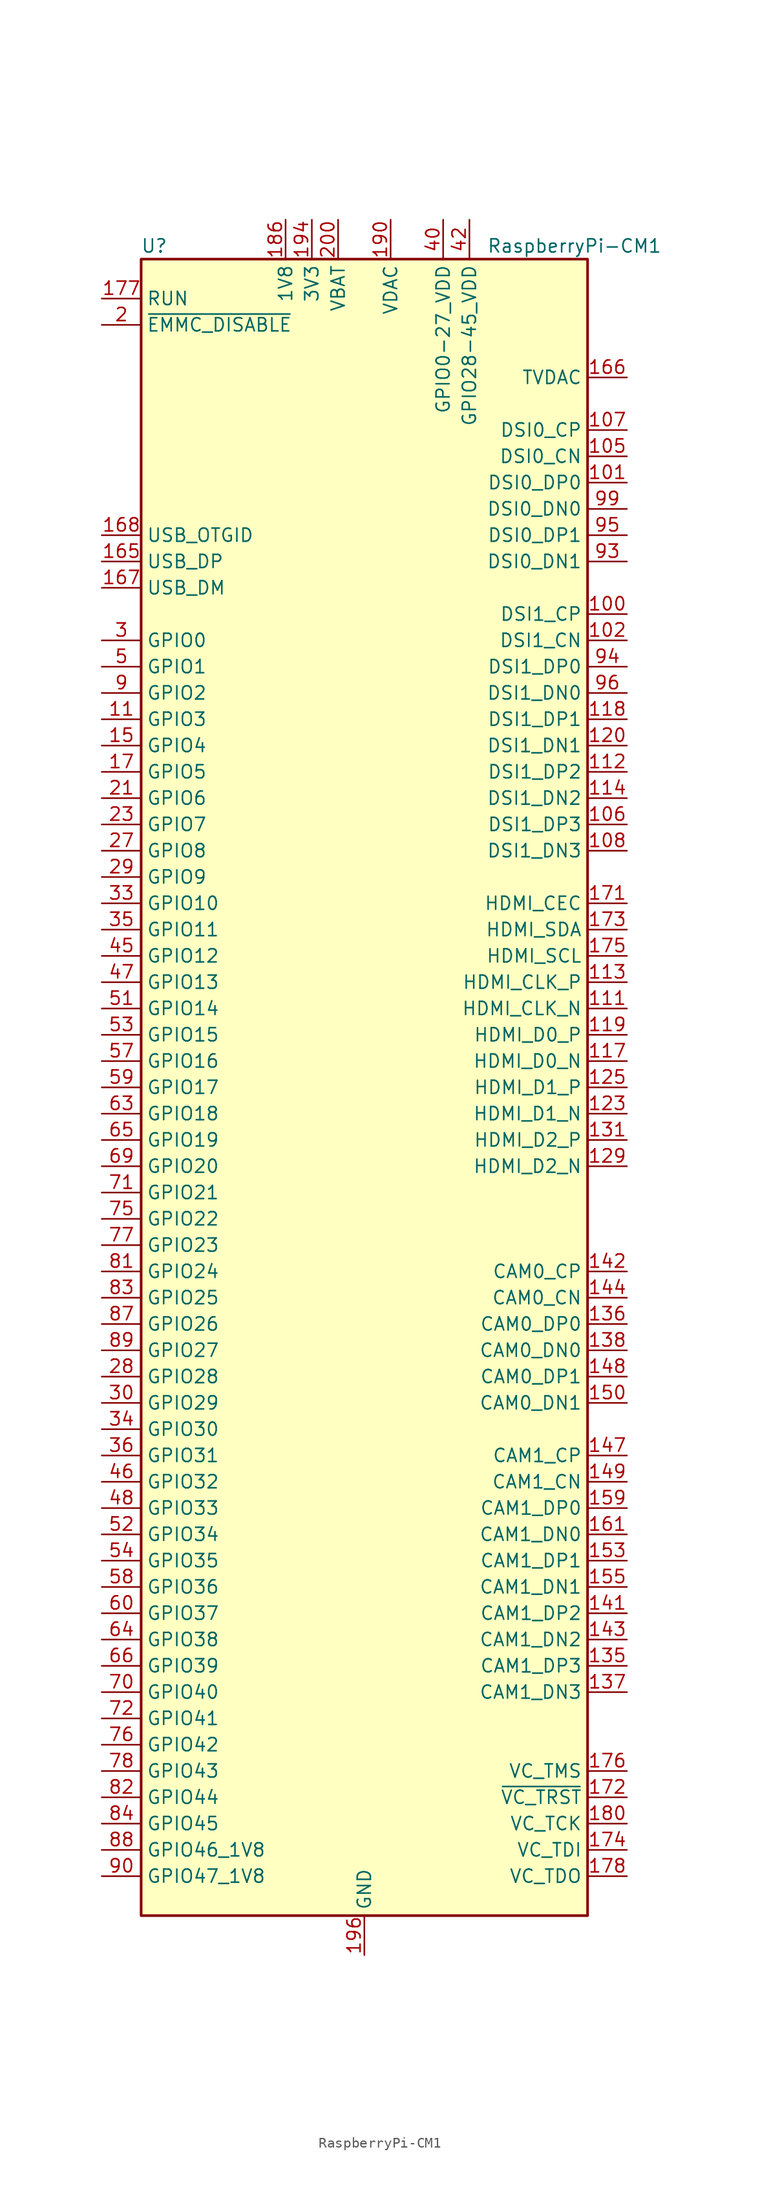
<source format=kicad_sym>
(kicad_symbol_lib
  (version 20201005)
  (generator kicad_symbol_editor)
  (symbol "RaspberryPi-CM1"
    (property "Reference" "U"
      (at -20.32 81.28 0)
      (effects (font (size 1.27 1.27))))
    (property "Value" "RaspberryPi-CM1"
      (at 20.32 81.28 0)
      (effects (font (size 1.27 1.27))))
    (symbol "RaspberryPi-CM1_0_1"
      (rectangle (start -21.59 80.01) (end 21.59 -80.01) (stroke (width 0.254)) (fill (type background))))
    (symbol "RaspberryPi-CM1_1_1"
      (pin passive line (at 0 -83.82 90) (length 3.81) hide (name "GND" (effects (font (size 1.27 1.27)))) (number "1" (effects (font (size 1.27 1.27)))))
      (pin no_connect line (at -20.32 71.12 0) (length 2.54) hide (name "NC" (effects (font (size 1.27 1.27)))) (number "10" (effects (font (size 1.27 1.27)))))
      (pin output line (at 25.4 45.72 180) (length 3.81) (name "DSI1_CP" (effects (font (size 1.27 1.27)))) (number "100" (effects (font (size 1.27 1.27)))))
      (pin output line (at 25.4 58.42 180) (length 3.81) (name "DSI0_DP0" (effects (font (size 1.27 1.27)))) (number "101" (effects (font (size 1.27 1.27)))))
      (pin output line (at 25.4 43.18 180) (length 3.81) (name "DSI1_CN" (effects (font (size 1.27 1.27)))) (number "102" (effects (font (size 1.27 1.27)))))
      (pin passive line (at 0 -83.82 90) (length 3.81) hide (name "GND" (effects (font (size 1.27 1.27)))) (number "103" (effects (font (size 1.27 1.27)))))
      (pin passive line (at 0 -83.82 90) (length 3.81) hide (name "GND" (effects (font (size 1.27 1.27)))) (number "104" (effects (font (size 1.27 1.27)))))
      (pin output line (at 25.4 60.96 180) (length 3.81) (name "DSI0_CN" (effects (font (size 1.27 1.27)))) (number "105" (effects (font (size 1.27 1.27)))))
      (pin output line (at 25.4 25.4 180) (length 3.81) (name "DSI1_DP3" (effects (font (size 1.27 1.27)))) (number "106" (effects (font (size 1.27 1.27)))))
      (pin output line (at 25.4 63.5 180) (length 3.81) (name "DSI0_CP" (effects (font (size 1.27 1.27)))) (number "107" (effects (font (size 1.27 1.27)))))
      (pin output line (at 25.4 22.86 180) (length 3.81) (name "DSI1_DN3" (effects (font (size 1.27 1.27)))) (number "108" (effects (font (size 1.27 1.27)))))
      (pin passive line (at 0 -83.82 90) (length 3.81) hide (name "GND" (effects (font (size 1.27 1.27)))) (number "109" (effects (font (size 1.27 1.27)))))
      (pin bidirectional line (at -25.4 35.56 0) (length 3.81) (name "GPIO3" (effects (font (size 1.27 1.27)))) (number "11" (effects (font (size 1.27 1.27)))))
      (pin passive line (at 0 -83.82 90) (length 3.81) hide (name "GND" (effects (font (size 1.27 1.27)))) (number "110" (effects (font (size 1.27 1.27)))))
      (pin output line (at 25.4 7.62 180) (length 3.81) (name "HDMI_CLK_N" (effects (font (size 1.27 1.27)))) (number "111" (effects (font (size 1.27 1.27)))))
      (pin output line (at 25.4 30.48 180) (length 3.81) (name "DSI1_DP2" (effects (font (size 1.27 1.27)))) (number "112" (effects (font (size 1.27 1.27)))))
      (pin output line (at 25.4 10.16 180) (length 3.81) (name "HDMI_CLK_P" (effects (font (size 1.27 1.27)))) (number "113" (effects (font (size 1.27 1.27)))))
      (pin output line (at 25.4 27.94 180) (length 3.81) (name "DSI1_DN2" (effects (font (size 1.27 1.27)))) (number "114" (effects (font (size 1.27 1.27)))))
      (pin passive line (at 0 -83.82 90) (length 3.81) hide (name "GND" (effects (font (size 1.27 1.27)))) (number "115" (effects (font (size 1.27 1.27)))))
      (pin passive line (at 0 -83.82 90) (length 3.81) hide (name "GND" (effects (font (size 1.27 1.27)))) (number "116" (effects (font (size 1.27 1.27)))))
      (pin output line (at 25.4 2.54 180) (length 3.81) (name "HDMI_D0_N" (effects (font (size 1.27 1.27)))) (number "117" (effects (font (size 1.27 1.27)))))
      (pin output line (at 25.4 35.56 180) (length 3.81) (name "DSI1_DP1" (effects (font (size 1.27 1.27)))) (number "118" (effects (font (size 1.27 1.27)))))
      (pin output line (at 25.4 5.08 180) (length 3.81) (name "HDMI_D0_P" (effects (font (size 1.27 1.27)))) (number "119" (effects (font (size 1.27 1.27)))))
      (pin no_connect line (at -20.32 68.58 0) (length 2.54) hide (name "NC" (effects (font (size 1.27 1.27)))) (number "12" (effects (font (size 1.27 1.27)))))
      (pin output line (at 25.4 33.02 180) (length 3.81) (name "DSI1_DN1" (effects (font (size 1.27 1.27)))) (number "120" (effects (font (size 1.27 1.27)))))
      (pin passive line (at 0 -83.82 90) (length 3.81) hide (name "GND" (effects (font (size 1.27 1.27)))) (number "121" (effects (font (size 1.27 1.27)))))
      (pin passive line (at 0 -83.82 90) (length 3.81) hide (name "GND" (effects (font (size 1.27 1.27)))) (number "122" (effects (font (size 1.27 1.27)))))
      (pin output line (at 25.4 -2.54 180) (length 3.81) (name "HDMI_D1_N" (effects (font (size 1.27 1.27)))) (number "123" (effects (font (size 1.27 1.27)))))
      (pin no_connect line (at 20.32 76.2 180) (length 2.54) hide (name "NC" (effects (font (size 1.27 1.27)))) (number "124" (effects (font (size 1.27 1.27)))))
      (pin output line (at 25.4 0 180) (length 3.81) (name "HDMI_D1_P" (effects (font (size 1.27 1.27)))) (number "125" (effects (font (size 1.27 1.27)))))
      (pin no_connect line (at 20.32 73.66 180) (length 2.54) hide (name "NC" (effects (font (size 1.27 1.27)))) (number "126" (effects (font (size 1.27 1.27)))))
      (pin passive line (at 0 -83.82 90) (length 3.81) hide (name "GND" (effects (font (size 1.27 1.27)))) (number "127" (effects (font (size 1.27 1.27)))))
      (pin no_connect line (at 20.32 71.12 180) (length 2.54) hide (name "NC" (effects (font (size 1.27 1.27)))) (number "128" (effects (font (size 1.27 1.27)))))
      (pin output line (at 25.4 -7.62 180) (length 3.81) (name "HDMI_D2_N" (effects (font (size 1.27 1.27)))) (number "129" (effects (font (size 1.27 1.27)))))
      (pin passive line (at 0 -83.82 90) (length 3.81) hide (name "GND" (effects (font (size 1.27 1.27)))) (number "13" (effects (font (size 1.27 1.27)))))
      (pin no_connect line (at 20.32 66.04 180) (length 2.54) hide (name "NC" (effects (font (size 1.27 1.27)))) (number "130" (effects (font (size 1.27 1.27)))))
      (pin output line (at 25.4 -5.08 180) (length 3.81) (name "HDMI_D2_P" (effects (font (size 1.27 1.27)))) (number "131" (effects (font (size 1.27 1.27)))))
      (pin no_connect line (at 20.32 48.26 180) (length 2.54) hide (name "NC" (effects (font (size 1.27 1.27)))) (number "132" (effects (font (size 1.27 1.27)))))
      (pin passive line (at 0 -83.82 90) (length 3.81) hide (name "GND" (effects (font (size 1.27 1.27)))) (number "133" (effects (font (size 1.27 1.27)))))
      (pin passive line (at 0 -83.82 90) (length 3.81) hide (name "GND" (effects (font (size 1.27 1.27)))) (number "134" (effects (font (size 1.27 1.27)))))
      (pin input line (at 25.4 -55.88 180) (length 3.81) (name "CAM1_DP3" (effects (font (size 1.27 1.27)))) (number "135" (effects (font (size 1.27 1.27)))))
      (pin input line (at 25.4 -22.86 180) (length 3.81) (name "CAM0_DP0" (effects (font (size 1.27 1.27)))) (number "136" (effects (font (size 1.27 1.27)))))
      (pin input line (at 25.4 -58.42 180) (length 3.81) (name "CAM1_DN3" (effects (font (size 1.27 1.27)))) (number "137" (effects (font (size 1.27 1.27)))))
      (pin input line (at 25.4 -25.4 180) (length 3.81) (name "CAM0_DN0" (effects (font (size 1.27 1.27)))) (number "138" (effects (font (size 1.27 1.27)))))
      (pin passive line (at 0 -83.82 90) (length 3.81) hide (name "GND" (effects (font (size 1.27 1.27)))) (number "139" (effects (font (size 1.27 1.27)))))
      (pin no_connect line (at 5.08 -78.74 90) (length 2.54) hide (name "NC" (effects (font (size 1.27 1.27)))) (number "14" (effects (font (size 1.27 1.27)))))
      (pin passive line (at 0 -83.82 90) (length 3.81) hide (name "GND" (effects (font (size 1.27 1.27)))) (number "140" (effects (font (size 1.27 1.27)))))
      (pin input line (at 25.4 -50.8 180) (length 3.81) (name "CAM1_DP2" (effects (font (size 1.27 1.27)))) (number "141" (effects (font (size 1.27 1.27)))))
      (pin input line (at 25.4 -17.78 180) (length 3.81) (name "CAM0_CP" (effects (font (size 1.27 1.27)))) (number "142" (effects (font (size 1.27 1.27)))))
      (pin input line (at 25.4 -53.34 180) (length 3.81) (name "CAM1_DN2" (effects (font (size 1.27 1.27)))) (number "143" (effects (font (size 1.27 1.27)))))
      (pin input line (at 25.4 -20.32 180) (length 3.81) (name "CAM0_CN" (effects (font (size 1.27 1.27)))) (number "144" (effects (font (size 1.27 1.27)))))
      (pin passive line (at 0 -83.82 90) (length 3.81) hide (name "GND" (effects (font (size 1.27 1.27)))) (number "145" (effects (font (size 1.27 1.27)))))
      (pin passive line (at 0 -83.82 90) (length 3.81) hide (name "GND" (effects (font (size 1.27 1.27)))) (number "146" (effects (font (size 1.27 1.27)))))
      (pin input line (at 25.4 -35.56 180) (length 3.81) (name "CAM1_CP" (effects (font (size 1.27 1.27)))) (number "147" (effects (font (size 1.27 1.27)))))
      (pin input line (at 25.4 -27.94 180) (length 3.81) (name "CAM0_DP1" (effects (font (size 1.27 1.27)))) (number "148" (effects (font (size 1.27 1.27)))))
      (pin input line (at 25.4 -38.1 180) (length 3.81) (name "CAM1_CN" (effects (font (size 1.27 1.27)))) (number "149" (effects (font (size 1.27 1.27)))))
      (pin bidirectional line (at -25.4 33.02 0) (length 3.81) (name "GPIO4" (effects (font (size 1.27 1.27)))) (number "15" (effects (font (size 1.27 1.27)))))
      (pin input line (at 25.4 -30.48 180) (length 3.81) (name "CAM0_DN1" (effects (font (size 1.27 1.27)))) (number "150" (effects (font (size 1.27 1.27)))))
      (pin passive line (at 0 -83.82 90) (length 3.81) hide (name "GND" (effects (font (size 1.27 1.27)))) (number "151" (effects (font (size 1.27 1.27)))))
      (pin passive line (at 0 -83.82 90) (length 3.81) hide (name "GND" (effects (font (size 1.27 1.27)))) (number "152" (effects (font (size 1.27 1.27)))))
      (pin input line (at 25.4 -45.72 180) (length 3.81) (name "CAM1_DP1" (effects (font (size 1.27 1.27)))) (number "153" (effects (font (size 1.27 1.27)))))
      (pin no_connect line (at 20.32 -15.24 180) (length 2.54) hide (name "NC" (effects (font (size 1.27 1.27)))) (number "154" (effects (font (size 1.27 1.27)))))
      (pin input line (at 25.4 -48.26 180) (length 3.81) (name "CAM1_DN1" (effects (font (size 1.27 1.27)))) (number "155" (effects (font (size 1.27 1.27)))))
      (pin no_connect line (at 20.32 -12.7 180) (length 2.54) hide (name "NC" (effects (font (size 1.27 1.27)))) (number "156" (effects (font (size 1.27 1.27)))))
      (pin passive line (at 0 -83.82 90) (length 3.81) hide (name "GND" (effects (font (size 1.27 1.27)))) (number "157" (effects (font (size 1.27 1.27)))))
      (pin no_connect line (at 20.32 20.32 180) (length 2.54) hide (name "NC" (effects (font (size 1.27 1.27)))) (number "158" (effects (font (size 1.27 1.27)))))
      (pin input line (at 25.4 -40.64 180) (length 3.81) (name "CAM1_DP0" (effects (font (size 1.27 1.27)))) (number "159" (effects (font (size 1.27 1.27)))))
      (pin no_connect line (at -20.32 66.04 0) (length 2.54) hide (name "NC" (effects (font (size 1.27 1.27)))) (number "16" (effects (font (size 1.27 1.27)))))
      (pin no_connect line (at 20.32 -60.96 180) (length 2.54) hide (name "NC" (effects (font (size 1.27 1.27)))) (number "160" (effects (font (size 1.27 1.27)))))
      (pin input line (at 25.4 -43.18 180) (length 3.81) (name "CAM1_DN0" (effects (font (size 1.27 1.27)))) (number "161" (effects (font (size 1.27 1.27)))))
      (pin no_connect line (at 20.32 -63.5 180) (length 2.54) hide (name "NC" (effects (font (size 1.27 1.27)))) (number "162" (effects (font (size 1.27 1.27)))))
      (pin passive line (at 0 -83.82 90) (length 3.81) hide (name "GND" (effects (font (size 1.27 1.27)))) (number "163" (effects (font (size 1.27 1.27)))))
      (pin passive line (at 0 -83.82 90) (length 3.81) hide (name "GND" (effects (font (size 1.27 1.27)))) (number "164" (effects (font (size 1.27 1.27)))))
      (pin bidirectional line (at -25.4 50.8 0) (length 3.81) (name "USB_DP" (effects (font (size 1.27 1.27)))) (number "165" (effects (font (size 1.27 1.27)))))
      (pin output line (at 25.4 68.58 180) (length 3.81) (name "TVDAC" (effects (font (size 1.27 1.27)))) (number "166" (effects (font (size 1.27 1.27)))))
      (pin bidirectional line (at -25.4 48.26 0) (length 3.81) (name "USB_DM" (effects (font (size 1.27 1.27)))) (number "167" (effects (font (size 1.27 1.27)))))
      (pin passive line (at -25.4 53.34 0) (length 3.81) (name "USB_OTGID" (effects (font (size 1.27 1.27)))) (number "168" (effects (font (size 1.27 1.27)))))
      (pin passive line (at 0 -83.82 90) (length 3.81) hide (name "GND" (effects (font (size 1.27 1.27)))) (number "169" (effects (font (size 1.27 1.27)))))
      (pin bidirectional line (at -25.4 30.48 0) (length 3.81) (name "GPIO5" (effects (font (size 1.27 1.27)))) (number "17" (effects (font (size 1.27 1.27)))))
      (pin passive line (at 0 -83.82 90) (length 3.81) hide (name "GND" (effects (font (size 1.27 1.27)))) (number "170" (effects (font (size 1.27 1.27)))))
      (pin bidirectional line (at 25.4 17.78 180) (length 3.81) (name "HDMI_CEC" (effects (font (size 1.27 1.27)))) (number "171" (effects (font (size 1.27 1.27)))))
      (pin input line (at 25.4 -68.58 180) (length 3.81) (name "~VC_TRST" (effects (font (size 1.27 1.27)))) (number "172" (effects (font (size 1.27 1.27)))))
      (pin bidirectional line (at 25.4 15.24 180) (length 3.81) (name "HDMI_SDA" (effects (font (size 1.27 1.27)))) (number "173" (effects (font (size 1.27 1.27)))))
      (pin input line (at 25.4 -73.66 180) (length 3.81) (name "VC_TDI" (effects (font (size 1.27 1.27)))) (number "174" (effects (font (size 1.27 1.27)))))
      (pin bidirectional line (at 25.4 12.7 180) (length 3.81) (name "HDMI_SCL" (effects (font (size 1.27 1.27)))) (number "175" (effects (font (size 1.27 1.27)))))
      (pin input line (at 25.4 -66.04 180) (length 3.81) (name "VC_TMS" (effects (font (size 1.27 1.27)))) (number "176" (effects (font (size 1.27 1.27)))))
      (pin input line (at -25.4 76.2 0) (length 3.81) (name "RUN" (effects (font (size 1.27 1.27)))) (number "177" (effects (font (size 1.27 1.27)))))
      (pin output line (at 25.4 -76.2 180) (length 3.81) (name "VC_TDO" (effects (font (size 1.27 1.27)))) (number "178" (effects (font (size 1.27 1.27)))))
      (pin no_connect line (at 0 78.74 270) (length 2.54) hide (name "VDD_CORE_(DO_NOT_CONNECT)" (effects (font (size 1.27 1.27)))) (number "179" (effects (font (size 1.27 1.27)))))
      (pin no_connect line (at -20.32 63.5 0) (length 2.54) hide (name "NC" (effects (font (size 1.27 1.27)))) (number "18" (effects (font (size 1.27 1.27)))))
      (pin input line (at 25.4 -71.12 180) (length 3.81) (name "VC_TCK" (effects (font (size 1.27 1.27)))) (number "180" (effects (font (size 1.27 1.27)))))
      (pin passive line (at 0 -83.82 90) (length 3.81) hide (name "GND" (effects (font (size 1.27 1.27)))) (number "181" (effects (font (size 1.27 1.27)))))
      (pin passive line (at 0 -83.82 90) (length 3.81) hide (name "GND" (effects (font (size 1.27 1.27)))) (number "182" (effects (font (size 1.27 1.27)))))
      (pin passive line (at -7.62 83.82 270) (length 3.81) hide (name "1V8" (effects (font (size 1.27 1.27)))) (number "183" (effects (font (size 1.27 1.27)))))
      (pin passive line (at -7.62 83.82 270) (length 3.81) hide (name "1V8" (effects (font (size 1.27 1.27)))) (number "184" (effects (font (size 1.27 1.27)))))
      (pin passive line (at -7.62 83.82 270) (length 3.81) hide (name "1V8" (effects (font (size 1.27 1.27)))) (number "185" (effects (font (size 1.27 1.27)))))
      (pin power_in line (at -7.62 83.82 270) (length 3.81) (name "1V8" (effects (font (size 1.27 1.27)))) (number "186" (effects (font (size 1.27 1.27)))))
      (pin passive line (at 0 -83.82 90) (length 3.81) hide (name "GND" (effects (font (size 1.27 1.27)))) (number "187" (effects (font (size 1.27 1.27)))))
      (pin passive line (at 0 -83.82 90) (length 3.81) hide (name "GND" (effects (font (size 1.27 1.27)))) (number "188" (effects (font (size 1.27 1.27)))))
      (pin passive line (at 2.54 83.82 270) (length 3.81) hide (name "VDAC" (effects (font (size 1.27 1.27)))) (number "189" (effects (font (size 1.27 1.27)))))
      (pin passive line (at 0 -83.82 90) (length 3.81) hide (name "GND" (effects (font (size 1.27 1.27)))) (number "19" (effects (font (size 1.27 1.27)))))
      (pin power_in line (at 2.54 83.82 270) (length 3.81) (name "VDAC" (effects (font (size 1.27 1.27)))) (number "190" (effects (font (size 1.27 1.27)))))
      (pin passive line (at -5.08 83.82 270) (length 3.81) hide (name "3V3" (effects (font (size 1.27 1.27)))) (number "191" (effects (font (size 1.27 1.27)))))
      (pin passive line (at -5.08 83.82 270) (length 3.81) hide (name "3V3" (effects (font (size 1.27 1.27)))) (number "192" (effects (font (size 1.27 1.27)))))
      (pin passive line (at -5.08 83.82 270) (length 3.81) hide (name "3V3" (effects (font (size 1.27 1.27)))) (number "193" (effects (font (size 1.27 1.27)))))
      (pin power_in line (at -5.08 83.82 270) (length 3.81) (name "3V3" (effects (font (size 1.27 1.27)))) (number "194" (effects (font (size 1.27 1.27)))))
      (pin passive line (at 0 -83.82 90) (length 3.81) hide (name "GND" (effects (font (size 1.27 1.27)))) (number "195" (effects (font (size 1.27 1.27)))))
      (pin power_out line (at 0 -83.82 90) (length 3.81) (name "GND" (effects (font (size 1.27 1.27)))) (number "196" (effects (font (size 1.27 1.27)))))
      (pin passive line (at -2.54 83.82 270) (length 3.81) hide (name "VBAT" (effects (font (size 1.27 1.27)))) (number "197" (effects (font (size 1.27 1.27)))))
      (pin passive line (at -2.54 83.82 270) (length 3.81) hide (name "VBAT" (effects (font (size 1.27 1.27)))) (number "198" (effects (font (size 1.27 1.27)))))
      (pin passive line (at -2.54 83.82 270) (length 3.81) hide (name "VBAT" (effects (font (size 1.27 1.27)))) (number "199" (effects (font (size 1.27 1.27)))))
      (pin input line (at -25.4 73.66 0) (length 3.81) (name "~EMMC_DISABLE" (effects (font (size 1.27 1.27)))) (number "2" (effects (font (size 1.27 1.27)))))
      (pin no_connect line (at 7.62 -78.74 90) (length 2.54) hide (name "NC" (effects (font (size 1.27 1.27)))) (number "20" (effects (font (size 1.27 1.27)))))
      (pin power_in line (at -2.54 83.82 270) (length 3.81) (name "VBAT" (effects (font (size 1.27 1.27)))) (number "200" (effects (font (size 1.27 1.27)))))
      (pin bidirectional line (at -25.4 27.94 0) (length 3.81) (name "GPIO6" (effects (font (size 1.27 1.27)))) (number "21" (effects (font (size 1.27 1.27)))))
      (pin no_connect line (at -20.32 60.96 0) (length 2.54) hide (name "NC" (effects (font (size 1.27 1.27)))) (number "22" (effects (font (size 1.27 1.27)))))
      (pin bidirectional line (at -25.4 25.4 0) (length 3.81) (name "GPIO7" (effects (font (size 1.27 1.27)))) (number "23" (effects (font (size 1.27 1.27)))))
      (pin no_connect line (at -20.32 58.42 0) (length 2.54) hide (name "NC" (effects (font (size 1.27 1.27)))) (number "24" (effects (font (size 1.27 1.27)))))
      (pin passive line (at 0 -83.82 90) (length 3.81) hide (name "GND" (effects (font (size 1.27 1.27)))) (number "25" (effects (font (size 1.27 1.27)))))
      (pin passive line (at 0 -83.82 90) (length 3.81) hide (name "GND" (effects (font (size 1.27 1.27)))) (number "26" (effects (font (size 1.27 1.27)))))
      (pin bidirectional line (at -25.4 22.86 0) (length 3.81) (name "GPIO8" (effects (font (size 1.27 1.27)))) (number "27" (effects (font (size 1.27 1.27)))))
      (pin bidirectional line (at -25.4 -27.94 0) (length 3.81) (name "GPIO28" (effects (font (size 1.27 1.27)))) (number "28" (effects (font (size 1.27 1.27)))))
      (pin bidirectional line (at -25.4 20.32 0) (length 3.81) (name "GPIO9" (effects (font (size 1.27 1.27)))) (number "29" (effects (font (size 1.27 1.27)))))
      (pin bidirectional line (at -25.4 43.18 0) (length 3.81) (name "GPIO0" (effects (font (size 1.27 1.27)))) (number "3" (effects (font (size 1.27 1.27)))))
      (pin bidirectional line (at -25.4 -30.48 0) (length 3.81) (name "GPIO29" (effects (font (size 1.27 1.27)))) (number "30" (effects (font (size 1.27 1.27)))))
      (pin passive line (at 0 -83.82 90) (length 3.81) hide (name "GND" (effects (font (size 1.27 1.27)))) (number "31" (effects (font (size 1.27 1.27)))))
      (pin passive line (at 0 -83.82 90) (length 3.81) hide (name "GND" (effects (font (size 1.27 1.27)))) (number "32" (effects (font (size 1.27 1.27)))))
      (pin bidirectional line (at -25.4 17.78 0) (length 3.81) (name "GPIO10" (effects (font (size 1.27 1.27)))) (number "33" (effects (font (size 1.27 1.27)))))
      (pin bidirectional line (at -25.4 -33.02 0) (length 3.81) (name "GPIO30" (effects (font (size 1.27 1.27)))) (number "34" (effects (font (size 1.27 1.27)))))
      (pin bidirectional line (at -25.4 15.24 0) (length 3.81) (name "GPIO11" (effects (font (size 1.27 1.27)))) (number "35" (effects (font (size 1.27 1.27)))))
      (pin bidirectional line (at -25.4 -35.56 0) (length 3.81) (name "GPIO31" (effects (font (size 1.27 1.27)))) (number "36" (effects (font (size 1.27 1.27)))))
      (pin passive line (at 0 -83.82 90) (length 3.81) hide (name "GND" (effects (font (size 1.27 1.27)))) (number "37" (effects (font (size 1.27 1.27)))))
      (pin passive line (at 0 -83.82 90) (length 3.81) hide (name "GND" (effects (font (size 1.27 1.27)))) (number "38" (effects (font (size 1.27 1.27)))))
      (pin passive line (at 7.62 83.82 270) (length 3.81) hide (name "GPIO0-27_VDD" (effects (font (size 1.27 1.27)))) (number "39" (effects (font (size 1.27 1.27)))))
      (pin no_connect line (at 5.08 78.74 270) (length 2.54) hide (name "NC" (effects (font (size 1.27 1.27)))) (number "4" (effects (font (size 1.27 1.27)))))
      (pin power_in line (at 7.62 83.82 270) (length 3.81) (name "GPIO0-27_VDD" (effects (font (size 1.27 1.27)))) (number "40" (effects (font (size 1.27 1.27)))))
      (pin passive line (at 10.16 83.82 270) (length 3.81) hide (name "GPIO28-45_VDD" (effects (font (size 1.27 1.27)))) (number "41" (effects (font (size 1.27 1.27)))))
      (pin power_in line (at 10.16 83.82 270) (length 3.81) (name "GPIO28-45_VDD" (effects (font (size 1.27 1.27)))) (number "42" (effects (font (size 1.27 1.27)))))
      (pin passive line (at 0 -83.82 90) (length 3.81) hide (name "GND" (effects (font (size 1.27 1.27)))) (number "43" (effects (font (size 1.27 1.27)))))
      (pin passive line (at 0 -83.82 90) (length 3.81) hide (name "GND" (effects (font (size 1.27 1.27)))) (number "44" (effects (font (size 1.27 1.27)))))
      (pin bidirectional line (at -25.4 12.7 0) (length 3.81) (name "GPIO12" (effects (font (size 1.27 1.27)))) (number "45" (effects (font (size 1.27 1.27)))))
      (pin bidirectional line (at -25.4 -38.1 0) (length 3.81) (name "GPIO32" (effects (font (size 1.27 1.27)))) (number "46" (effects (font (size 1.27 1.27)))))
      (pin bidirectional line (at -25.4 10.16 0) (length 3.81) (name "GPIO13" (effects (font (size 1.27 1.27)))) (number "47" (effects (font (size 1.27 1.27)))))
      (pin bidirectional line (at -25.4 -40.64 0) (length 3.81) (name "GPIO33" (effects (font (size 1.27 1.27)))) (number "48" (effects (font (size 1.27 1.27)))))
      (pin passive line (at 0 -83.82 90) (length 3.81) hide (name "GND" (effects (font (size 1.27 1.27)))) (number "49" (effects (font (size 1.27 1.27)))))
      (pin bidirectional line (at -25.4 40.64 0) (length 3.81) (name "GPIO1" (effects (font (size 1.27 1.27)))) (number "5" (effects (font (size 1.27 1.27)))))
      (pin passive line (at 0 -83.82 90) (length 3.81) hide (name "GND" (effects (font (size 1.27 1.27)))) (number "50" (effects (font (size 1.27 1.27)))))
      (pin bidirectional line (at -25.4 7.62 0) (length 3.81) (name "GPIO14" (effects (font (size 1.27 1.27)))) (number "51" (effects (font (size 1.27 1.27)))))
      (pin bidirectional line (at -25.4 -43.18 0) (length 3.81) (name "GPIO34" (effects (font (size 1.27 1.27)))) (number "52" (effects (font (size 1.27 1.27)))))
      (pin bidirectional line (at -25.4 5.08 0) (length 3.81) (name "GPIO15" (effects (font (size 1.27 1.27)))) (number "53" (effects (font (size 1.27 1.27)))))
      (pin bidirectional line (at -25.4 -45.72 0) (length 3.81) (name "GPIO35" (effects (font (size 1.27 1.27)))) (number "54" (effects (font (size 1.27 1.27)))))
      (pin passive line (at 0 -83.82 90) (length 3.81) hide (name "GND" (effects (font (size 1.27 1.27)))) (number "55" (effects (font (size 1.27 1.27)))))
      (pin passive line (at 0 -83.82 90) (length 3.81) hide (name "GND" (effects (font (size 1.27 1.27)))) (number "56" (effects (font (size 1.27 1.27)))))
      (pin bidirectional line (at -25.4 2.54 0) (length 3.81) (name "GPIO16" (effects (font (size 1.27 1.27)))) (number "57" (effects (font (size 1.27 1.27)))))
      (pin bidirectional line (at -25.4 -48.26 0) (length 3.81) (name "GPIO36" (effects (font (size 1.27 1.27)))) (number "58" (effects (font (size 1.27 1.27)))))
      (pin bidirectional line (at -25.4 0 0) (length 3.81) (name "GPIO17" (effects (font (size 1.27 1.27)))) (number "59" (effects (font (size 1.27 1.27)))))
      (pin no_connect line (at 12.7 78.74 270) (length 2.54) hide (name "NC" (effects (font (size 1.27 1.27)))) (number "6" (effects (font (size 1.27 1.27)))))
      (pin bidirectional line (at -25.4 -50.8 0) (length 3.81) (name "GPIO37" (effects (font (size 1.27 1.27)))) (number "60" (effects (font (size 1.27 1.27)))))
      (pin passive line (at 0 -83.82 90) (length 3.81) hide (name "GND" (effects (font (size 1.27 1.27)))) (number "61" (effects (font (size 1.27 1.27)))))
      (pin passive line (at 0 -83.82 90) (length 3.81) hide (name "GND" (effects (font (size 1.27 1.27)))) (number "62" (effects (font (size 1.27 1.27)))))
      (pin bidirectional line (at -25.4 -2.54 0) (length 3.81) (name "GPIO18" (effects (font (size 1.27 1.27)))) (number "63" (effects (font (size 1.27 1.27)))))
      (pin bidirectional line (at -25.4 -53.34 0) (length 3.81) (name "GPIO38" (effects (font (size 1.27 1.27)))) (number "64" (effects (font (size 1.27 1.27)))))
      (pin bidirectional line (at -25.4 -5.08 0) (length 3.81) (name "GPIO19" (effects (font (size 1.27 1.27)))) (number "65" (effects (font (size 1.27 1.27)))))
      (pin bidirectional line (at -25.4 -55.88 0) (length 3.81) (name "GPIO39" (effects (font (size 1.27 1.27)))) (number "66" (effects (font (size 1.27 1.27)))))
      (pin passive line (at 0 -83.82 90) (length 3.81) hide (name "GND" (effects (font (size 1.27 1.27)))) (number "67" (effects (font (size 1.27 1.27)))))
      (pin passive line (at 0 -83.82 90) (length 3.81) hide (name "GND" (effects (font (size 1.27 1.27)))) (number "68" (effects (font (size 1.27 1.27)))))
      (pin bidirectional line (at -25.4 -7.62 0) (length 3.81) (name "GPIO20" (effects (font (size 1.27 1.27)))) (number "69" (effects (font (size 1.27 1.27)))))
      (pin passive line (at 0 -83.82 90) (length 3.81) hide (name "GND" (effects (font (size 1.27 1.27)))) (number "7" (effects (font (size 1.27 1.27)))))
      (pin bidirectional line (at -25.4 -58.42 0) (length 3.81) (name "GPIO40" (effects (font (size 1.27 1.27)))) (number "70" (effects (font (size 1.27 1.27)))))
      (pin bidirectional line (at -25.4 -10.16 0) (length 3.81) (name "GPIO21" (effects (font (size 1.27 1.27)))) (number "71" (effects (font (size 1.27 1.27)))))
      (pin bidirectional line (at -25.4 -60.96 0) (length 3.81) (name "GPIO41" (effects (font (size 1.27 1.27)))) (number "72" (effects (font (size 1.27 1.27)))))
      (pin passive line (at 0 -83.82 90) (length 3.81) hide (name "GND" (effects (font (size 1.27 1.27)))) (number "73" (effects (font (size 1.27 1.27)))))
      (pin passive line (at 0 -83.82 90) (length 3.81) hide (name "GND" (effects (font (size 1.27 1.27)))) (number "74" (effects (font (size 1.27 1.27)))))
      (pin bidirectional line (at -25.4 -12.7 0) (length 3.81) (name "GPIO22" (effects (font (size 1.27 1.27)))) (number "75" (effects (font (size 1.27 1.27)))))
      (pin bidirectional line (at -25.4 -63.5 0) (length 3.81) (name "GPIO42" (effects (font (size 1.27 1.27)))) (number "76" (effects (font (size 1.27 1.27)))))
      (pin bidirectional line (at -25.4 -15.24 0) (length 3.81) (name "GPIO23" (effects (font (size 1.27 1.27)))) (number "77" (effects (font (size 1.27 1.27)))))
      (pin bidirectional line (at -25.4 -66.04 0) (length 3.81) (name "GPIO43" (effects (font (size 1.27 1.27)))) (number "78" (effects (font (size 1.27 1.27)))))
      (pin passive line (at 0 -83.82 90) (length 3.81) hide (name "GND" (effects (font (size 1.27 1.27)))) (number "79" (effects (font (size 1.27 1.27)))))
      (pin no_connect line (at 2.54 -78.74 90) (length 2.54) hide (name "NC" (effects (font (size 1.27 1.27)))) (number "8" (effects (font (size 1.27 1.27)))))
      (pin passive line (at 0 -83.82 90) (length 3.81) hide (name "GND" (effects (font (size 1.27 1.27)))) (number "80" (effects (font (size 1.27 1.27)))))
      (pin bidirectional line (at -25.4 -17.78 0) (length 3.81) (name "GPIO24" (effects (font (size 1.27 1.27)))) (number "81" (effects (font (size 1.27 1.27)))))
      (pin bidirectional line (at -25.4 -68.58 0) (length 3.81) (name "GPIO44" (effects (font (size 1.27 1.27)))) (number "82" (effects (font (size 1.27 1.27)))))
      (pin bidirectional line (at -25.4 -20.32 0) (length 3.81) (name "GPIO25" (effects (font (size 1.27 1.27)))) (number "83" (effects (font (size 1.27 1.27)))))
      (pin bidirectional line (at -25.4 -71.12 0) (length 3.81) (name "GPIO45" (effects (font (size 1.27 1.27)))) (number "84" (effects (font (size 1.27 1.27)))))
      (pin passive line (at 0 -83.82 90) (length 3.81) hide (name "GND" (effects (font (size 1.27 1.27)))) (number "85" (effects (font (size 1.27 1.27)))))
      (pin passive line (at 0 -83.82 90) (length 3.81) hide (name "GND" (effects (font (size 1.27 1.27)))) (number "86" (effects (font (size 1.27 1.27)))))
      (pin bidirectional line (at -25.4 -22.86 0) (length 3.81) (name "GPIO26" (effects (font (size 1.27 1.27)))) (number "87" (effects (font (size 1.27 1.27)))))
      (pin bidirectional line (at -25.4 -73.66 0) (length 3.81) (name "GPIO46_1V8" (effects (font (size 1.27 1.27)))) (number "88" (effects (font (size 1.27 1.27)))))
      (pin bidirectional line (at -25.4 -25.4 0) (length 3.81) (name "GPIO27" (effects (font (size 1.27 1.27)))) (number "89" (effects (font (size 1.27 1.27)))))
      (pin bidirectional line (at -25.4 38.1 0) (length 3.81) (name "GPIO2" (effects (font (size 1.27 1.27)))) (number "9" (effects (font (size 1.27 1.27)))))
      (pin bidirectional line (at -25.4 -76.2 0) (length 3.81) (name "GPIO47_1V8" (effects (font (size 1.27 1.27)))) (number "90" (effects (font (size 1.27 1.27)))))
      (pin passive line (at 0 -83.82 90) (length 3.81) hide (name "GND" (effects (font (size 1.27 1.27)))) (number "91" (effects (font (size 1.27 1.27)))))
      (pin passive line (at 0 -83.82 90) (length 3.81) hide (name "GND" (effects (font (size 1.27 1.27)))) (number "92" (effects (font (size 1.27 1.27)))))
      (pin output line (at 25.4 50.8 180) (length 3.81) (name "DSI0_DN1" (effects (font (size 1.27 1.27)))) (number "93" (effects (font (size 1.27 1.27)))))
      (pin output line (at 25.4 40.64 180) (length 3.81) (name "DSI1_DP0" (effects (font (size 1.27 1.27)))) (number "94" (effects (font (size 1.27 1.27)))))
      (pin output line (at 25.4 53.34 180) (length 3.81) (name "DSI0_DP1" (effects (font (size 1.27 1.27)))) (number "95" (effects (font (size 1.27 1.27)))))
      (pin output line (at 25.4 38.1 180) (length 3.81) (name "DSI1_DN0" (effects (font (size 1.27 1.27)))) (number "96" (effects (font (size 1.27 1.27)))))
      (pin passive line (at 0 -83.82 90) (length 3.81) hide (name "GND" (effects (font (size 1.27 1.27)))) (number "97" (effects (font (size 1.27 1.27)))))
      (pin passive line (at 0 -83.82 90) (length 3.81) hide (name "GND" (effects (font (size 1.27 1.27)))) (number "98" (effects (font (size 1.27 1.27)))))
      (pin output line (at 25.4 55.88 180) (length 3.81) (name "DSI0_DN0" (effects (font (size 1.27 1.27)))) (number "99" (effects (font (size 1.27 1.27))))))))
</source>
